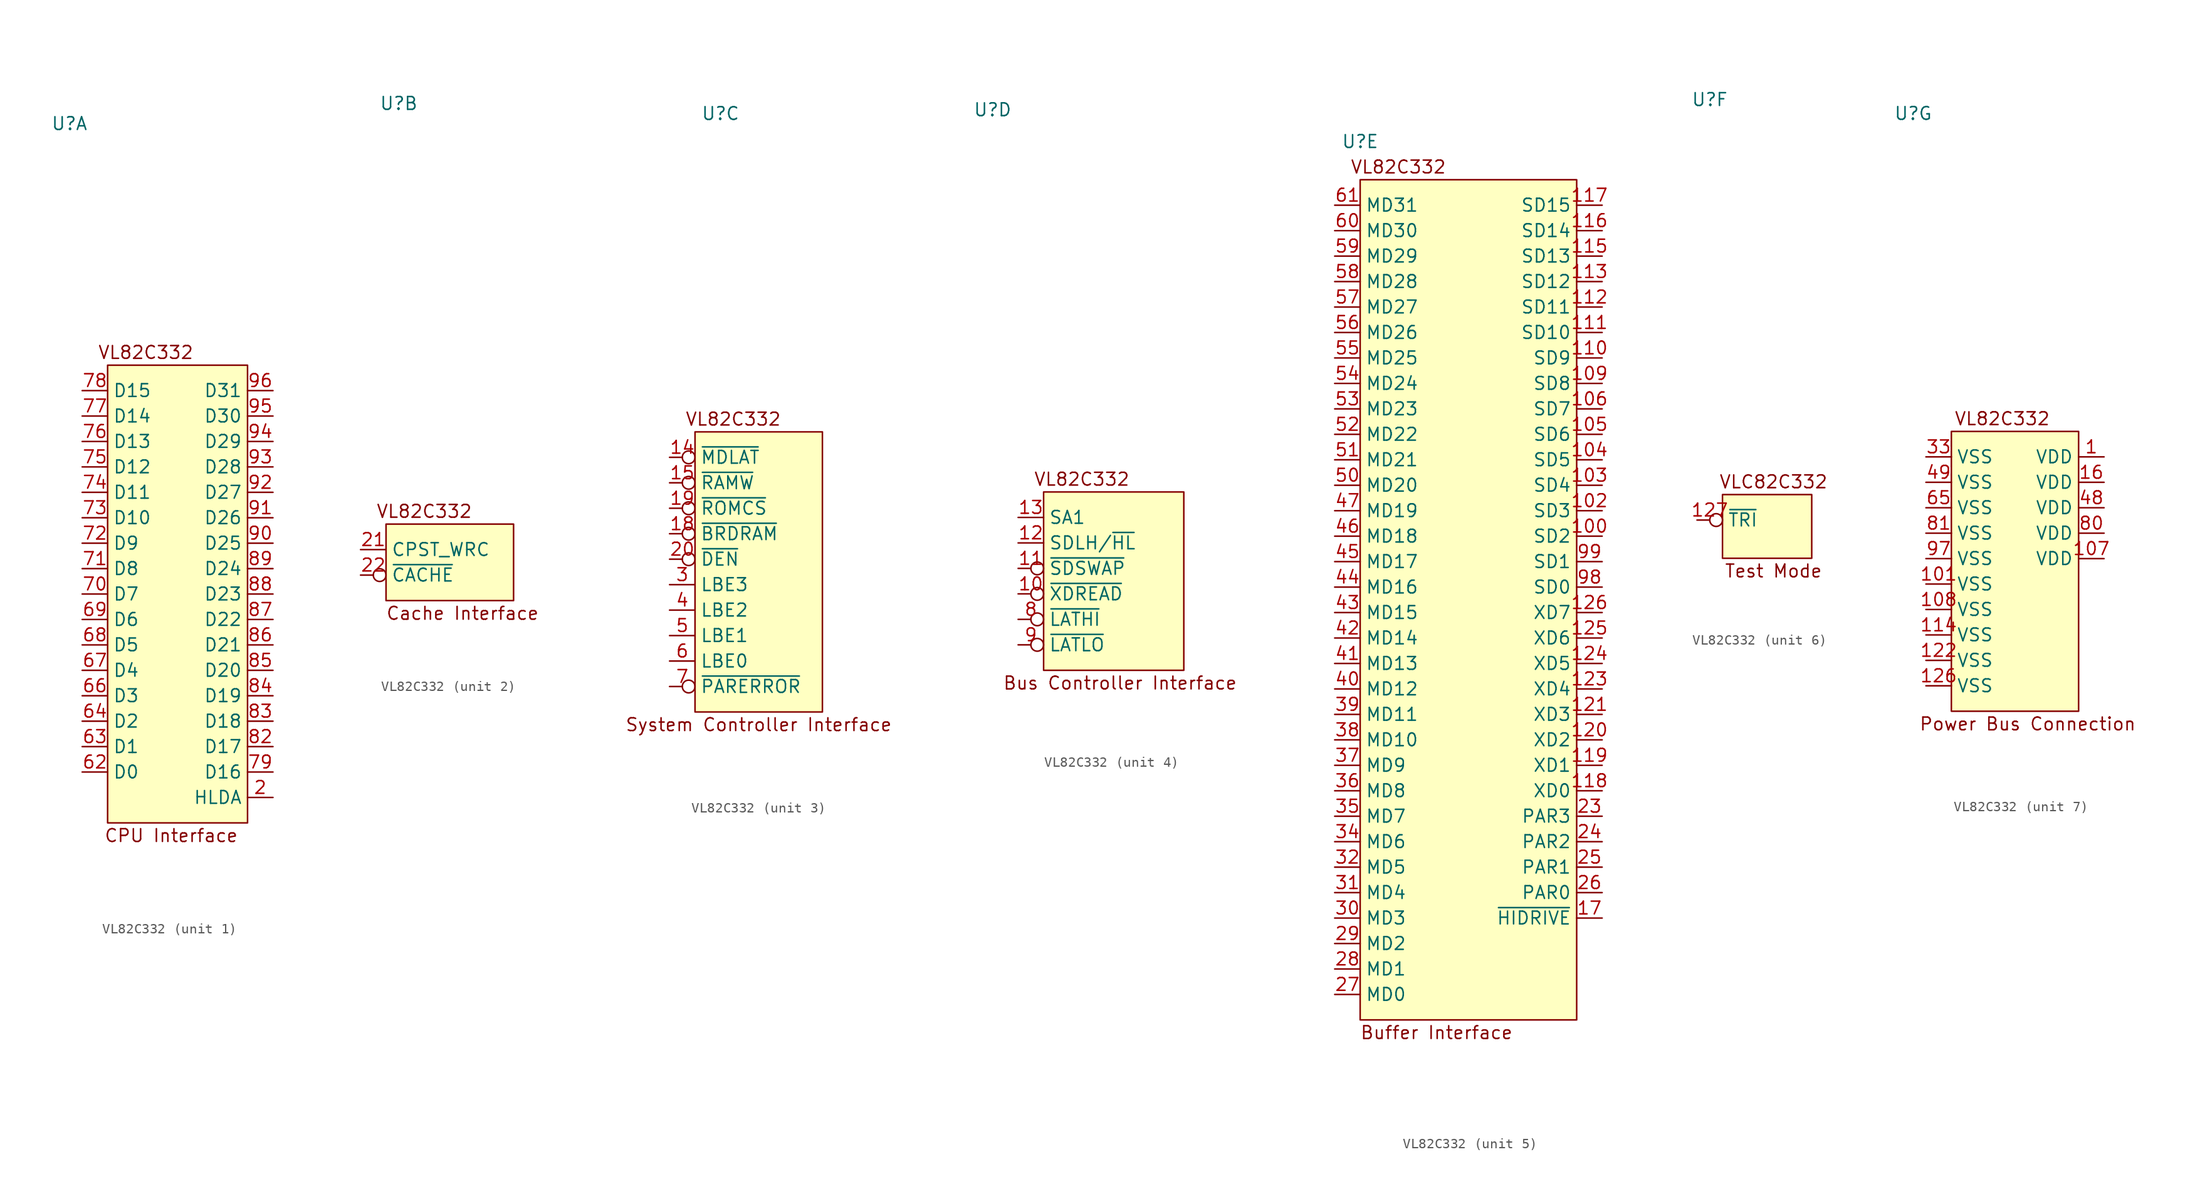
<source format=kicad_sym>
(kicad_symbol_lib
  (version 20220914)
  (generator kicad_symbol_editor)
  (symbol "VL82C332"
    (property "Reference" "U"
      (at -10.16 45.72 0)
      (effects (font (size 1.27 1.27))))
    (property "Value" ""
      (at 1.27 25.4 0)
      (effects (font (size 1.27 1.27))))
    (property "ki_locked" ""
      (at 0 0 0)
      (effects (font (size 1.27 1.27))))
    (symbol "VL82C332_1_0"
      (unit_name "CPU Interface")
      (pin input line (at 10.16 -21.59 180) (length 2.54) (name "HLDA" (effects (font (size 1.27 1.27)))) (number "2" (effects (font (size 1.27 1.27)))))
      (pin bidirectional line (at -8.89 -19.05 0) (length 2.54) (name "D0" (effects (font (size 1.27 1.27)))) (number "62" (effects (font (size 1.27 1.27)))))
      (pin bidirectional line (at -8.89 -16.51 0) (length 2.54) (name "D1" (effects (font (size 1.27 1.27)))) (number "63" (effects (font (size 1.27 1.27)))))
      (pin bidirectional line (at -8.89 -13.97 0) (length 2.54) (name "D2" (effects (font (size 1.27 1.27)))) (number "64" (effects (font (size 1.27 1.27)))))
      (pin bidirectional line (at -8.89 -11.43 0) (length 2.54) (name "D3" (effects (font (size 1.27 1.27)))) (number "66" (effects (font (size 1.27 1.27)))))
      (pin bidirectional line (at -8.89 -8.89 0) (length 2.54) (name "D4" (effects (font (size 1.27 1.27)))) (number "67" (effects (font (size 1.27 1.27)))))
      (pin bidirectional line (at -8.89 -6.35 0) (length 2.54) (name "D5" (effects (font (size 1.27 1.27)))) (number "68" (effects (font (size 1.27 1.27)))))
      (pin bidirectional line (at -8.89 -3.81 0) (length 2.54) (name "D6" (effects (font (size 1.27 1.27)))) (number "69" (effects (font (size 1.27 1.27)))))
      (pin bidirectional line (at -8.89 -1.27 0) (length 2.54) (name "D7" (effects (font (size 1.27 1.27)))) (number "70" (effects (font (size 1.27 1.27)))))
      (pin bidirectional line (at -8.89 1.27 0) (length 2.54) (name "D8" (effects (font (size 1.27 1.27)))) (number "71" (effects (font (size 1.27 1.27)))))
      (pin bidirectional line (at -8.89 3.81 0) (length 2.54) (name "D9" (effects (font (size 1.27 1.27)))) (number "72" (effects (font (size 1.27 1.27)))))
      (pin bidirectional line (at -8.89 6.35 0) (length 2.54) (name "D10" (effects (font (size 1.27 1.27)))) (number "73" (effects (font (size 1.27 1.27)))))
      (pin bidirectional line (at -8.89 8.89 0) (length 2.54) (name "D11" (effects (font (size 1.27 1.27)))) (number "74" (effects (font (size 1.27 1.27)))))
      (pin bidirectional line (at -8.89 11.43 0) (length 2.54) (name "D12" (effects (font (size 1.27 1.27)))) (number "75" (effects (font (size 1.27 1.27)))))
      (pin bidirectional line (at -8.89 13.97 0) (length 2.54) (name "D13" (effects (font (size 1.27 1.27)))) (number "76" (effects (font (size 1.27 1.27)))))
      (pin bidirectional line (at -8.89 16.51 0) (length 2.54) (name "D14" (effects (font (size 1.27 1.27)))) (number "77" (effects (font (size 1.27 1.27)))))
      (pin bidirectional line (at -8.89 19.05 0) (length 2.54) (name "D15" (effects (font (size 1.27 1.27)))) (number "78" (effects (font (size 1.27 1.27)))))
      (pin bidirectional line (at 10.16 -19.05 180) (length 2.54) (name "D16" (effects (font (size 1.27 1.27)))) (number "79" (effects (font (size 1.27 1.27)))))
      (pin bidirectional line (at 10.16 -16.51 180) (length 2.54) (name "D17" (effects (font (size 1.27 1.27)))) (number "82" (effects (font (size 1.27 1.27)))))
      (pin bidirectional line (at 10.16 -13.97 180) (length 2.54) (name "D18" (effects (font (size 1.27 1.27)))) (number "83" (effects (font (size 1.27 1.27)))))
      (pin bidirectional line (at 10.16 -11.43 180) (length 2.54) (name "D19" (effects (font (size 1.27 1.27)))) (number "84" (effects (font (size 1.27 1.27)))))
      (pin bidirectional line (at 10.16 -8.89 180) (length 2.54) (name "D20" (effects (font (size 1.27 1.27)))) (number "85" (effects (font (size 1.27 1.27)))))
      (pin bidirectional line (at 10.16 -6.35 180) (length 2.54) (name "D21" (effects (font (size 1.27 1.27)))) (number "86" (effects (font (size 1.27 1.27)))))
      (pin bidirectional line (at 10.16 -3.81 180) (length 2.54) (name "D22" (effects (font (size 1.27 1.27)))) (number "87" (effects (font (size 1.27 1.27)))))
      (pin bidirectional line (at 10.16 -1.27 180) (length 2.54) (name "D23" (effects (font (size 1.27 1.27)))) (number "88" (effects (font (size 1.27 1.27)))))
      (pin bidirectional line (at 10.16 1.27 180) (length 2.54) (name "D24" (effects (font (size 1.27 1.27)))) (number "89" (effects (font (size 1.27 1.27)))))
      (pin bidirectional line (at 10.16 3.81 180) (length 2.54) (name "D25" (effects (font (size 1.27 1.27)))) (number "90" (effects (font (size 1.27 1.27)))))
      (pin bidirectional line (at 10.16 6.35 180) (length 2.54) (name "D26" (effects (font (size 1.27 1.27)))) (number "91" (effects (font (size 1.27 1.27)))))
      (pin bidirectional line (at 10.16 8.89 180) (length 2.54) (name "D27" (effects (font (size 1.27 1.27)))) (number "92" (effects (font (size 1.27 1.27)))))
      (pin bidirectional line (at 10.16 11.43 180) (length 2.54) (name "D28" (effects (font (size 1.27 1.27)))) (number "93" (effects (font (size 1.27 1.27)))))
      (pin bidirectional line (at 10.16 13.97 180) (length 2.54) (name "D29" (effects (font (size 1.27 1.27)))) (number "94" (effects (font (size 1.27 1.27)))))
      (pin bidirectional line (at 10.16 16.51 180) (length 2.54) (name "D30" (effects (font (size 1.27 1.27)))) (number "95" (effects (font (size 1.27 1.27)))))
      (pin bidirectional line (at 10.16 19.05 180) (length 2.54) (name "D31" (effects (font (size 1.27 1.27)))) (number "96" (effects (font (size 1.27 1.27))))))
    (symbol "VL82C332_1_1"
      (unit_name "CPU Interface")
      (rectangle (start -6.35 21.59) (end 7.62 -24.13) (stroke (width 0) (type default)) (fill (type background)))
      (text "CPU Interface" (at 0 -25.4 0) (effects (font (size 1.27 1.27))))
      (text "VL82C332" (at -2.54 22.86 0) (effects (font (size 1.27 1.27)))))
    (symbol "VL82C332_2_0"
      (unit_name "Cache Interface")
      (pin input line (at -13.97 1.27 0) (length 2.54) (name "CPST_WRC" (effects (font (size 1.27 1.27)))) (number "21" (effects (font (size 1.27 1.27)))))
      (pin input inverted (at -13.97 -1.27 0) (length 2.54) (name "~{CACHE}" (effects (font (size 1.27 1.27)))) (number "22" (effects (font (size 1.27 1.27))))))
    (symbol "VL82C332_2_1"
      (unit_name "Cache Interface")
      (rectangle (start -11.43 3.81) (end 1.27 -3.81) (stroke (width 0) (type default)) (fill (type background)))
      (text "Cache Interface" (at -3.81 -5.08 0) (effects (font (size 1.27 1.27))))
      (text "VL82C332" (at -7.62 5.08 0) (effects (font (size 1.27 1.27)))))
    (symbol "VL82C332_3_0"
      (unit_name "System Controller Interface")
      (pin input inverted (at -15.24 11.43 0) (length 2.54) (name "~{MDLAT}" (effects (font (size 1.27 1.27)))) (number "14" (effects (font (size 1.27 1.27)))))
      (pin input inverted (at -15.24 8.89 0) (length 2.54) (name "~{RAMW}" (effects (font (size 1.27 1.27)))) (number "15" (effects (font (size 1.27 1.27)))))
      (pin input inverted (at -15.24 3.81 0) (length 2.54) (name "~{BRDRAM}" (effects (font (size 1.27 1.27)))) (number "18" (effects (font (size 1.27 1.27)))))
      (pin input inverted (at -15.24 6.35 0) (length 2.54) (name "~{ROMCS}" (effects (font (size 1.27 1.27)))) (number "19" (effects (font (size 1.27 1.27)))))
      (pin input inverted (at -15.24 1.27 0) (length 2.54) (name "~{DEN}" (effects (font (size 1.27 1.27)))) (number "20" (effects (font (size 1.27 1.27)))))
      (pin input line (at -15.24 -1.27 0) (length 2.54) (name "LBE3" (effects (font (size 1.27 1.27)))) (number "3" (effects (font (size 1.27 1.27)))))
      (pin input line (at -15.24 -3.81 0) (length 2.54) (name "LBE2" (effects (font (size 1.27 1.27)))) (number "4" (effects (font (size 1.27 1.27)))))
      (pin input line (at -15.24 -6.35 0) (length 2.54) (name "LBE1" (effects (font (size 1.27 1.27)))) (number "5" (effects (font (size 1.27 1.27)))))
      (pin input line (at -15.24 -8.89 0) (length 2.54) (name "LBE0" (effects (font (size 1.27 1.27)))) (number "6" (effects (font (size 1.27 1.27)))))
      (pin output inverted (at -15.24 -11.43 0) (length 2.54) (name "~{PARERROR}" (effects (font (size 1.27 1.27)))) (number "7" (effects (font (size 1.27 1.27))))))
    (symbol "VL82C332_3_1"
      (unit_name "System Controller Interface")
      (rectangle (start -12.7 13.97) (end 0 -13.97) (stroke (width 0) (type default)) (fill (type background)))
      (text "System Controller Interface" (at -6.35 -15.24 0) (effects (font (size 1.27 1.27))))
      (text "VL82C332" (at -8.89 15.24 0) (effects (font (size 1.27 1.27)))))
    (symbol "VL82C332_4_0"
      (unit_name "Bus Controller Interface")
      (pin input inverted (at -7.62 -2.54 0) (length 2.54) (name "~{XDREAD}" (effects (font (size 1.27 1.27)))) (number "10" (effects (font (size 1.27 1.27)))))
      (pin input inverted (at -7.62 0 0) (length 2.54) (name "~{SDSWAP}" (effects (font (size 1.27 1.27)))) (number "11" (effects (font (size 1.27 1.27)))))
      (pin input line (at -7.62 2.54 0) (length 2.54) (name "SDLH/~{HL}" (effects (font (size 1.27 1.27)))) (number "12" (effects (font (size 1.27 1.27)))))
      (pin input line (at -7.62 5.08 0) (length 2.54) (name "SA1" (effects (font (size 1.27 1.27)))) (number "13" (effects (font (size 1.27 1.27)))))
      (pin input inverted (at -7.62 -5.08 0) (length 2.54) (name "~{LATHI}" (effects (font (size 1.27 1.27)))) (number "8" (effects (font (size 1.27 1.27)))))
      (pin input inverted (at -7.62 -7.62 0) (length 2.54) (name "~{LATLO}" (effects (font (size 1.27 1.27)))) (number "9" (effects (font (size 1.27 1.27))))))
    (symbol "VL82C332_4_1"
      (unit_name "Bus Controller Interface")
      (rectangle (start -5.08 7.62) (end 8.89 -10.16) (stroke (width 0) (type default)) (fill (type background)))
      (text "Bus Controller Interface" (at 2.54 -11.43 0) (effects (font (size 1.27 1.27))))
      (text "VL82C332" (at -1.27 8.89 0) (effects (font (size 1.27 1.27)))))
    (symbol "VL82C332_5_0"
      (unit_name "Buffer Interface")
      (pin bidirectional line (at 13.97 6.35 180) (length 2.54) (name "SD2" (effects (font (size 1.27 1.27)))) (number "100" (effects (font (size 1.27 1.27)))))
      (pin bidirectional line (at 13.97 8.89 180) (length 2.54) (name "SD3" (effects (font (size 1.27 1.27)))) (number "102" (effects (font (size 1.27 1.27)))))
      (pin bidirectional line (at 13.97 11.43 180) (length 2.54) (name "SD4" (effects (font (size 1.27 1.27)))) (number "103" (effects (font (size 1.27 1.27)))))
      (pin bidirectional line (at 13.97 13.97 180) (length 2.54) (name "SD5" (effects (font (size 1.27 1.27)))) (number "104" (effects (font (size 1.27 1.27)))))
      (pin bidirectional line (at 13.97 16.51 180) (length 2.54) (name "SD6" (effects (font (size 1.27 1.27)))) (number "105" (effects (font (size 1.27 1.27)))))
      (pin bidirectional line (at 13.97 19.05 180) (length 2.54) (name "SD7" (effects (font (size 1.27 1.27)))) (number "106" (effects (font (size 1.27 1.27)))))
      (pin bidirectional line (at 13.97 21.59 180) (length 2.54) (name "SD8" (effects (font (size 1.27 1.27)))) (number "109" (effects (font (size 1.27 1.27)))))
      (pin bidirectional line (at 13.97 24.13 180) (length 2.54) (name "SD9" (effects (font (size 1.27 1.27)))) (number "110" (effects (font (size 1.27 1.27)))))
      (pin bidirectional line (at 13.97 26.67 180) (length 2.54) (name "SD10" (effects (font (size 1.27 1.27)))) (number "111" (effects (font (size 1.27 1.27)))))
      (pin bidirectional line (at 13.97 29.21 180) (length 2.54) (name "SD11" (effects (font (size 1.27 1.27)))) (number "112" (effects (font (size 1.27 1.27)))))
      (pin bidirectional line (at 13.97 31.75 180) (length 2.54) (name "SD12" (effects (font (size 1.27 1.27)))) (number "113" (effects (font (size 1.27 1.27)))))
      (pin bidirectional line (at 13.97 34.29 180) (length 2.54) (name "SD13" (effects (font (size 1.27 1.27)))) (number "115" (effects (font (size 1.27 1.27)))))
      (pin bidirectional line (at 13.97 36.83 180) (length 2.54) (name "SD14" (effects (font (size 1.27 1.27)))) (number "116" (effects (font (size 1.27 1.27)))))
      (pin bidirectional line (at 13.97 39.37 180) (length 2.54) (name "SD15" (effects (font (size 1.27 1.27)))) (number "117" (effects (font (size 1.27 1.27)))))
      (pin bidirectional line (at 13.97 -19.05 180) (length 2.54) (name "XD0" (effects (font (size 1.27 1.27)))) (number "118" (effects (font (size 1.27 1.27)))))
      (pin bidirectional line (at 13.97 -16.51 180) (length 2.54) (name "XD1" (effects (font (size 1.27 1.27)))) (number "119" (effects (font (size 1.27 1.27)))))
      (pin bidirectional line (at 13.97 -13.97 180) (length 2.54) (name "XD2" (effects (font (size 1.27 1.27)))) (number "120" (effects (font (size 1.27 1.27)))))
      (pin bidirectional line (at 13.97 -11.43 180) (length 2.54) (name "XD3" (effects (font (size 1.27 1.27)))) (number "121" (effects (font (size 1.27 1.27)))))
      (pin bidirectional line (at 13.97 -8.89 180) (length 2.54) (name "XD4" (effects (font (size 1.27 1.27)))) (number "123" (effects (font (size 1.27 1.27)))))
      (pin bidirectional line (at 13.97 -6.35 180) (length 2.54) (name "XD5" (effects (font (size 1.27 1.27)))) (number "124" (effects (font (size 1.27 1.27)))))
      (pin bidirectional line (at 13.97 -3.81 180) (length 2.54) (name "XD6" (effects (font (size 1.27 1.27)))) (number "125" (effects (font (size 1.27 1.27)))))
      (pin bidirectional line (at 13.97 -1.27 180) (length 2.54) (name "XD7" (effects (font (size 1.27 1.27)))) (number "126" (effects (font (size 1.27 1.27)))))
      (pin bidirectional line (at 13.97 -31.75 180) (length 2.54) (name "~{HIDRIVE}" (effects (font (size 1.27 1.27)))) (number "17" (effects (font (size 1.27 1.27)))))
      (pin bidirectional line (at 13.97 -21.59 180) (length 2.54) (name "PAR3" (effects (font (size 1.27 1.27)))) (number "23" (effects (font (size 1.27 1.27)))))
      (pin bidirectional line (at 13.97 -24.13 180) (length 2.54) (name "PAR2" (effects (font (size 1.27 1.27)))) (number "24" (effects (font (size 1.27 1.27)))))
      (pin bidirectional line (at 13.97 -26.67 180) (length 2.54) (name "PAR1" (effects (font (size 1.27 1.27)))) (number "25" (effects (font (size 1.27 1.27)))))
      (pin bidirectional line (at 13.97 -29.21 180) (length 2.54) (name "PAR0" (effects (font (size 1.27 1.27)))) (number "26" (effects (font (size 1.27 1.27)))))
      (pin bidirectional line (at -12.7 -39.37 0) (length 2.54) (name "MD0" (effects (font (size 1.27 1.27)))) (number "27" (effects (font (size 1.27 1.27)))))
      (pin bidirectional line (at -12.7 -36.83 0) (length 2.54) (name "MD1" (effects (font (size 1.27 1.27)))) (number "28" (effects (font (size 1.27 1.27)))))
      (pin bidirectional line (at -12.7 -34.29 0) (length 2.54) (name "MD2" (effects (font (size 1.27 1.27)))) (number "29" (effects (font (size 1.27 1.27)))))
      (pin bidirectional line (at -12.7 -31.75 0) (length 2.54) (name "MD3" (effects (font (size 1.27 1.27)))) (number "30" (effects (font (size 1.27 1.27)))))
      (pin bidirectional line (at -12.7 -29.21 0) (length 2.54) (name "MD4" (effects (font (size 1.27 1.27)))) (number "31" (effects (font (size 1.27 1.27)))))
      (pin bidirectional line (at -12.7 -26.67 0) (length 2.54) (name "MD5" (effects (font (size 1.27 1.27)))) (number "32" (effects (font (size 1.27 1.27)))))
      (pin bidirectional line (at -12.7 -24.13 0) (length 2.54) (name "MD6" (effects (font (size 1.27 1.27)))) (number "34" (effects (font (size 1.27 1.27)))))
      (pin bidirectional line (at -12.7 -21.59 0) (length 2.54) (name "MD7" (effects (font (size 1.27 1.27)))) (number "35" (effects (font (size 1.27 1.27)))))
      (pin bidirectional line (at -12.7 -19.05 0) (length 2.54) (name "MD8" (effects (font (size 1.27 1.27)))) (number "36" (effects (font (size 1.27 1.27)))))
      (pin bidirectional line (at -12.7 -16.51 0) (length 2.54) (name "MD9" (effects (font (size 1.27 1.27)))) (number "37" (effects (font (size 1.27 1.27)))))
      (pin bidirectional line (at -12.7 -13.97 0) (length 2.54) (name "MD10" (effects (font (size 1.27 1.27)))) (number "38" (effects (font (size 1.27 1.27)))))
      (pin bidirectional line (at -12.7 -11.43 0) (length 2.54) (name "MD11" (effects (font (size 1.27 1.27)))) (number "39" (effects (font (size 1.27 1.27)))))
      (pin bidirectional line (at -12.7 -8.89 0) (length 2.54) (name "MD12" (effects (font (size 1.27 1.27)))) (number "40" (effects (font (size 1.27 1.27)))))
      (pin bidirectional line (at -12.7 -6.35 0) (length 2.54) (name "MD13" (effects (font (size 1.27 1.27)))) (number "41" (effects (font (size 1.27 1.27)))))
      (pin bidirectional line (at -12.7 -3.81 0) (length 2.54) (name "MD14" (effects (font (size 1.27 1.27)))) (number "42" (effects (font (size 1.27 1.27)))))
      (pin bidirectional line (at -12.7 -1.27 0) (length 2.54) (name "MD15" (effects (font (size 1.27 1.27)))) (number "43" (effects (font (size 1.27 1.27)))))
      (pin bidirectional line (at -12.7 1.27 0) (length 2.54) (name "MD16" (effects (font (size 1.27 1.27)))) (number "44" (effects (font (size 1.27 1.27)))))
      (pin bidirectional line (at -12.7 3.81 0) (length 2.54) (name "MD17" (effects (font (size 1.27 1.27)))) (number "45" (effects (font (size 1.27 1.27)))))
      (pin bidirectional line (at -12.7 6.35 0) (length 2.54) (name "MD18" (effects (font (size 1.27 1.27)))) (number "46" (effects (font (size 1.27 1.27)))))
      (pin bidirectional line (at -12.7 8.89 0) (length 2.54) (name "MD19" (effects (font (size 1.27 1.27)))) (number "47" (effects (font (size 1.27 1.27)))))
      (pin bidirectional line (at -12.7 11.43 0) (length 2.54) (name "MD20" (effects (font (size 1.27 1.27)))) (number "50" (effects (font (size 1.27 1.27)))))
      (pin bidirectional line (at -12.7 13.97 0) (length 2.54) (name "MD21" (effects (font (size 1.27 1.27)))) (number "51" (effects (font (size 1.27 1.27)))))
      (pin bidirectional line (at -12.7 16.51 0) (length 2.54) (name "MD22" (effects (font (size 1.27 1.27)))) (number "52" (effects (font (size 1.27 1.27)))))
      (pin bidirectional line (at -12.7 19.05 0) (length 2.54) (name "MD23" (effects (font (size 1.27 1.27)))) (number "53" (effects (font (size 1.27 1.27)))))
      (pin bidirectional line (at -12.7 21.59 0) (length 2.54) (name "MD24" (effects (font (size 1.27 1.27)))) (number "54" (effects (font (size 1.27 1.27)))))
      (pin bidirectional line (at -12.7 24.13 0) (length 2.54) (name "MD25" (effects (font (size 1.27 1.27)))) (number "55" (effects (font (size 1.27 1.27)))))
      (pin bidirectional line (at -12.7 26.67 0) (length 2.54) (name "MD26" (effects (font (size 1.27 1.27)))) (number "56" (effects (font (size 1.27 1.27)))))
      (pin bidirectional line (at -12.7 29.21 0) (length 2.54) (name "MD27" (effects (font (size 1.27 1.27)))) (number "57" (effects (font (size 1.27 1.27)))))
      (pin bidirectional line (at -12.7 31.75 0) (length 2.54) (name "MD28" (effects (font (size 1.27 1.27)))) (number "58" (effects (font (size 1.27 1.27)))))
      (pin bidirectional line (at -12.7 34.29 0) (length 2.54) (name "MD29" (effects (font (size 1.27 1.27)))) (number "59" (effects (font (size 1.27 1.27)))))
      (pin bidirectional line (at -12.7 36.83 0) (length 2.54) (name "MD30" (effects (font (size 1.27 1.27)))) (number "60" (effects (font (size 1.27 1.27)))))
      (pin bidirectional line (at -12.7 39.37 0) (length 2.54) (name "MD31" (effects (font (size 1.27 1.27)))) (number "61" (effects (font (size 1.27 1.27)))))
      (pin bidirectional line (at 13.97 1.27 180) (length 2.54) (name "SD0" (effects (font (size 1.27 1.27)))) (number "98" (effects (font (size 1.27 1.27)))))
      (pin bidirectional line (at 13.97 3.81 180) (length 2.54) (name "SD1" (effects (font (size 1.27 1.27)))) (number "99" (effects (font (size 1.27 1.27))))))
    (symbol "VL82C332_5_1"
      (unit_name "Buffer Interface")
      (rectangle (start -10.16 41.91) (end 11.43 -41.91) (stroke (width 0) (type default)) (fill (type background)))
      (text "Buffer Interface" (at -2.54 -43.18 0) (effects (font (size 1.27 1.27))))
      (text "VL82C332" (at -6.35 43.18 0) (effects (font (size 1.27 1.27)))))
    (symbol "VL82C332_6_0"
      (unit_name "Test Mode")
      (pin input inverted (at -11.43 3.81 0) (length 2.54) (name "~{TRI}" (effects (font (size 1.27 1.27)))) (number "127" (effects (font (size 1.27 1.27))))))
    (symbol "VL82C332_6_1"
      (unit_name "Test Mode")
      (rectangle (start -8.89 6.35) (end 0 0) (stroke (width 0) (type default)) (fill (type background)))
      (text "Test Mode" (at -3.81 -1.27 0) (effects (font (size 1.27 1.27))))
      (text "VLC82C332" (at -3.81 7.62 0) (effects (font (size 1.27 1.27)))))
    (symbol "VL82C332_7_0"
      (unit_name "Power Bus Connection")
      (pin power_in line (at 8.89 11.43 180) (length 2.54) (name "VDD" (effects (font (size 1.27 1.27)))) (number "1" (effects (font (size 1.27 1.27)))))
      (pin power_in line (at -8.89 -1.27 0) (length 2.54) (name "VSS" (effects (font (size 1.27 1.27)))) (number "101" (effects (font (size 1.27 1.27)))))
      (pin power_in line (at 8.89 1.27 180) (length 2.54) (name "VDD" (effects (font (size 1.27 1.27)))) (number "107" (effects (font (size 1.27 1.27)))))
      (pin power_in line (at -8.89 -3.81 0) (length 2.54) (name "VSS" (effects (font (size 1.27 1.27)))) (number "108" (effects (font (size 1.27 1.27)))))
      (pin power_in line (at -8.89 -6.35 0) (length 2.54) (name "VSS" (effects (font (size 1.27 1.27)))) (number "114" (effects (font (size 1.27 1.27)))))
      (pin power_in line (at -8.89 -8.89 0) (length 2.54) (name "VSS" (effects (font (size 1.27 1.27)))) (number "122" (effects (font (size 1.27 1.27)))))
      (pin power_in line (at -8.89 -11.43 0) (length 2.54) (name "VSS" (effects (font (size 1.27 1.27)))) (number "126" (effects (font (size 1.27 1.27)))))
      (pin power_in line (at 8.89 8.89 180) (length 2.54) (name "VDD" (effects (font (size 1.27 1.27)))) (number "16" (effects (font (size 1.27 1.27)))))
      (pin power_in line (at -8.89 11.43 0) (length 2.54) (name "VSS" (effects (font (size 1.27 1.27)))) (number "33" (effects (font (size 1.27 1.27)))))
      (pin power_in line (at 8.89 6.35 180) (length 2.54) (name "VDD" (effects (font (size 1.27 1.27)))) (number "48" (effects (font (size 1.27 1.27)))))
      (pin power_in line (at -8.89 8.89 0) (length 2.54) (name "VSS" (effects (font (size 1.27 1.27)))) (number "49" (effects (font (size 1.27 1.27)))))
      (pin power_in line (at -8.89 6.35 0) (length 2.54) (name "VSS" (effects (font (size 1.27 1.27)))) (number "65" (effects (font (size 1.27 1.27)))))
      (pin power_in line (at 8.89 3.81 180) (length 2.54) (name "VDD" (effects (font (size 1.27 1.27)))) (number "80" (effects (font (size 1.27 1.27)))))
      (pin power_in line (at -8.89 3.81 0) (length 2.54) (name "VSS" (effects (font (size 1.27 1.27)))) (number "81" (effects (font (size 1.27 1.27)))))
      (pin power_in line (at -8.89 1.27 0) (length 2.54) (name "VSS" (effects (font (size 1.27 1.27)))) (number "97" (effects (font (size 1.27 1.27))))))
    (symbol "VL82C332_7_1"
      (unit_name "Power Bus Connection")
      (rectangle (start -6.35 13.97) (end 6.35 -13.97) (stroke (width 0) (type default)) (fill (type background)))
      (text "Power Bus Connection" (at 1.27 -15.24 0) (effects (font (size 1.27 1.27))))
      (text "VL82C332" (at -1.27 15.24 0) (effects (font (size 1.27 1.27)))))))
</source>
